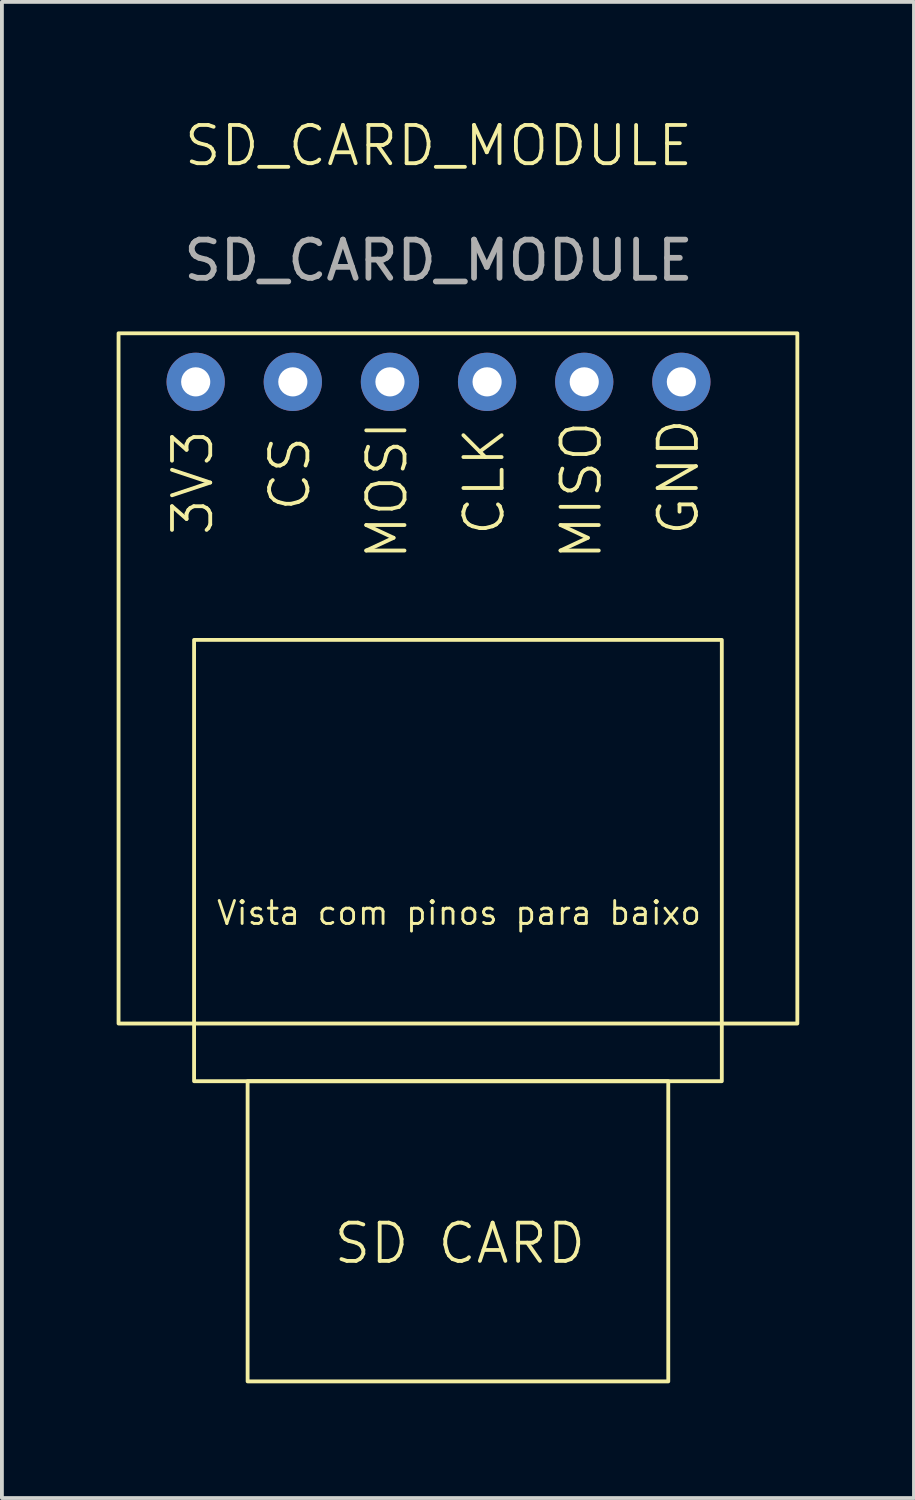
<source format=kicad_pcb>
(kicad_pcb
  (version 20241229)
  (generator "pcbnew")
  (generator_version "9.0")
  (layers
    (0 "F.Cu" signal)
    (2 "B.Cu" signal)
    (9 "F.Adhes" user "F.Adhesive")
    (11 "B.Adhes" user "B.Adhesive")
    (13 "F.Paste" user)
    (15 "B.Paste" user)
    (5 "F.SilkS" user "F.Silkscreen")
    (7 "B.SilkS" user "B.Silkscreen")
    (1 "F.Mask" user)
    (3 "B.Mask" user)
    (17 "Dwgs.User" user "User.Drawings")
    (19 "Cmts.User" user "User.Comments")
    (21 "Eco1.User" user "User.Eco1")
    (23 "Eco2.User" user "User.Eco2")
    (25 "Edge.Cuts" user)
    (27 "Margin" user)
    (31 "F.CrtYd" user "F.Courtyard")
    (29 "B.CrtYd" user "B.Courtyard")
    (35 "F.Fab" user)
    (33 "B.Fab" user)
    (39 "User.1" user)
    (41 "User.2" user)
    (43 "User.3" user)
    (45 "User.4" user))
  (footprint "SD_CARD_MODULE"
    (layer "F.Cu")
    (at 8.29 2.76)
    (property "Reference" "SD_CARD_MODULE" (at 0.127 -2 0) (unlocked yes) (layer "F.SilkS") (effects (font (size 1 1) (thickness 0.1))))
    (attr through_hole)
    (fp_rect (start -8.24 2.905) (end 9.51 20.955) (stroke (width 0.1) (type default)) (fill no) (layer "F.SilkS"))
    (fp_rect (start -6.265 10.923) (end 7.535 22.463) (stroke (width 0.1) (type default)) (fill no) (layer "F.SilkS"))
    (fp_rect (start -4.865 22.463) (end 6.135 30.313) (stroke (width 0.1) (type default)) (fill no) (layer "F.SilkS"))
    (fp_text user "Vista com pinos para baixo" (at -5.715 18.415 0) (unlocked yes) (layer "F.SilkS") (effects (font (size 0.6 0.6) (thickness 0.075)) (justify left bottom)))
    (fp_text user "3V3" (at -5.715 8.255 90) (unlocked yes) (layer "F.SilkS") (effects (font (size 1 1) (thickness 0.1)) (justify left bottom)))
    (fp_text user "GND" (at 6.985 8.255 90) (unlocked yes) (layer "F.SilkS") (effects (font (size 1 1) (thickness 0.1)) (justify left bottom)))
    (fp_text user "CS" (at -3.175 7.62 90) (unlocked yes) (layer "F.SilkS") (effects (font (size 1 1) (thickness 0.1)) (justify left bottom)))
    (fp_text user "MOSI" (at -0.635 8.89 90) (unlocked yes) (layer "F.SilkS") (effects (font (size 1 1) (thickness 0.1)) (justify left bottom)))
    (fp_text user "MISO" (at 4.445 8.89 90) (unlocked yes) (layer "F.SilkS") (effects (font (size 1 1) (thickness 0.1)) (justify left bottom)))
    (fp_text user "CLK" (at 1.905 8.255 90) (unlocked yes) (layer "F.SilkS") (effects (font (size 1 1) (thickness 0.1)) (justify left bottom)))
    (fp_text user "SD CARD" (at -2.667 27.289 0) (unlocked yes) (layer "F.SilkS") (effects (font (size 1 1) (thickness 0.1)) (justify left bottom)))
    (fp_text user "${REFERENCE}" (at 0.127 1 0) (unlocked yes) (layer "F.Fab") (effects (font (size 1 1) (thickness 0.15))))
    (pad "1" thru_hole circle (at -6.223 4.175) (size 1.524 1.524) (drill 0.762) (layers "*.Cu" "*.Mask"))
    (pad "2" thru_hole circle (at -3.683 4.175) (size 1.524 1.524) (drill 0.762) (layers "*.Cu" "*.Mask"))
    (pad "3" thru_hole circle (at -1.143 4.175) (size 1.524 1.524) (drill 0.762) (layers "*.Cu" "*.Mask"))
    (pad "4" thru_hole circle (at 1.397 4.175) (size 1.524 1.524) (drill 0.762) (layers "*.Cu" "*.Mask"))
    (pad "5" thru_hole circle (at 3.937 4.175) (size 1.524 1.524) (drill 0.762) (layers "*.Cu" "*.Mask"))
    (pad "6" thru_hole circle (at 6.477 4.175) (size 1.524 1.524) (drill 0.762) (layers "*.Cu" "*.Mask")))
  (gr_rect
    (start -3 -3)
    (end 20.85 36.123)
    (stroke (width 0.1) (type default))
    (fill no)
    (layer "Edge.Cuts")))
</source>
